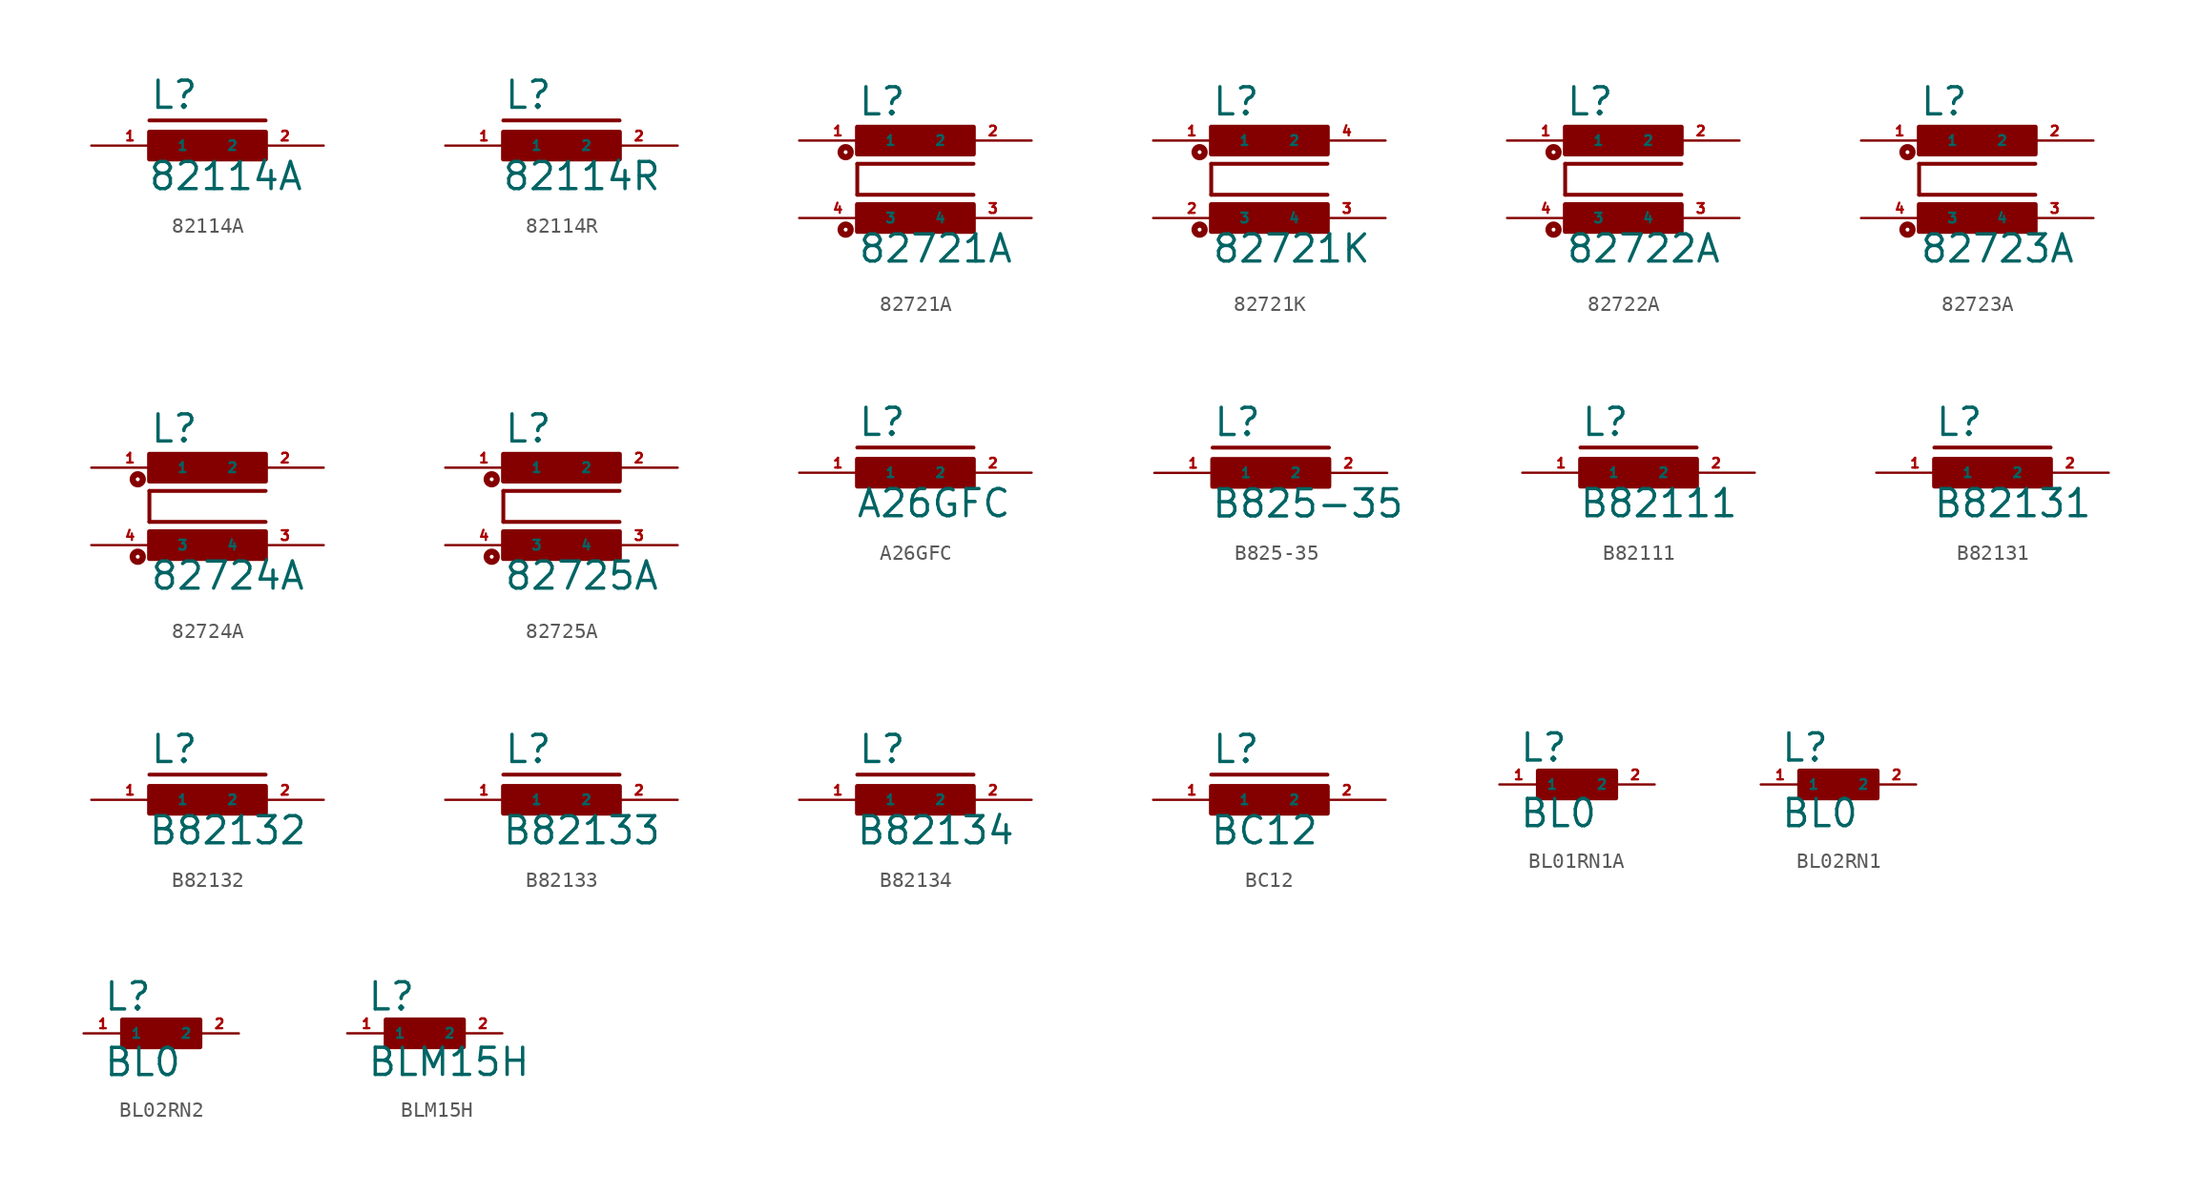
<source format=kicad_sym>
(kicad_symbol_lib
  (version 20220914)
  (generator kicad_symbol_editor)
  (symbol "82114A"
    (property "Reference" "L"
      (at -3.81 2.286 0)
      (effects (font (size 1.778 1.778) (thickness 0.22)) (justify left bottom)))
    (property "Value" "82114A"
      (at -3.937 -3.048 0)
      (effects (font (size 1.778 1.778) (thickness 0.22)) (justify left bottom)))
    (symbol "82114A_1_1"
      (rectangle (start -3.81 -0.889) (end 3.81 0.889) (stroke (width 0.3) (type default)) (fill (type outline)))
      (polyline (pts (xy -3.81 1.651) (xy 3.81 1.651)) (stroke (width 0.254) (type default)) (fill (type none)))
      (pin passive line (at -7.62 0 0) (length 5.08) (name "1" (effects (font (size 0.635 0.635)))) (number "1" (effects (font (size 0.635 0.635)))))
      (pin passive line (at 7.62 0 180) (length 5.08) (name "2" (effects (font (size 0.635 0.635)))) (number "2" (effects (font (size 0.635 0.635)))))))
  (symbol "82114R"
    (property "Reference" "L"
      (at -3.81 2.286 0)
      (effects (font (size 1.778 1.778) (thickness 0.22)) (justify left bottom)))
    (property "Value" "82114R"
      (at -3.937 -3.048 0)
      (effects (font (size 1.778 1.778) (thickness 0.22)) (justify left bottom)))
    (symbol "82114R_1_1"
      (rectangle (start -3.81 -0.889) (end 3.81 0.889) (stroke (width 0.3) (type default)) (fill (type outline)))
      (polyline (pts (xy -3.81 1.651) (xy 3.81 1.651)) (stroke (width 0.254) (type default)) (fill (type none)))
      (pin passive line (at -7.62 0 0) (length 5.08) (name "1" (effects (font (size 0.635 0.635)))) (number "1" (effects (font (size 0.635 0.635)))))
      (pin passive line (at 7.62 0 180) (length 5.08) (name "2" (effects (font (size 0.635 0.635)))) (number "2" (effects (font (size 0.635 0.635)))))))
  (symbol "82721A"
    (property "Reference" "L"
      (at -3.81 4.064 0)
      (effects (font (size 1.778 1.778) (thickness 0.22)) (justify left bottom)))
    (property "Value" "82721A"
      (at -3.81 -5.588 0)
      (effects (font (size 1.778 1.778) (thickness 0.22)) (justify left bottom)))
    (symbol "82721A_1_1"
      (circle (center -4.572 -3.302) (radius 0.127) (stroke (width 0.406) (type default)) (fill (type none)))
      (circle (center -4.572 1.778) (radius 0.127) (stroke (width 0.406) (type default)) (fill (type none)))
      (rectangle (start -3.81 -3.429) (end 3.81 -1.651) (stroke (width 0.3) (type default)) (fill (type outline)))
      (rectangle (start -3.81 1.651) (end 3.81 3.429) (stroke (width 0.3) (type default)) (fill (type outline)))
      (polyline (pts (xy -3.81 -1.016) (xy -3.81 1.016)) (stroke (width 0.254) (type default)) (fill (type none)))
      (polyline (pts (xy -3.81 -1.016) (xy 3.81 -1.016)) (stroke (width 0.254) (type default)) (fill (type none)))
      (polyline (pts (xy 3.81 1.016) (xy -3.81 1.016)) (stroke (width 0.254) (type default)) (fill (type none)))
      (pin passive line (at -7.62 2.54 0) (length 5.08) (name "1" (effects (font (size 0.635 0.635)))) (number "1" (effects (font (size 0.635 0.635)))))
      (pin passive line (at 7.62 2.54 180) (length 5.08) (name "2" (effects (font (size 0.635 0.635)))) (number "2" (effects (font (size 0.635 0.635)))))
      (pin passive line (at 7.62 -2.54 180) (length 5.08) (name "4" (effects (font (size 0.635 0.635)))) (number "3" (effects (font (size 0.635 0.635)))))
      (pin passive line (at -7.62 -2.54 0) (length 5.08) (name "3" (effects (font (size 0.635 0.635)))) (number "4" (effects (font (size 0.635 0.635)))))))
  (symbol "82721K"
    (property "Reference" "L"
      (at -3.81 4.064 0)
      (effects (font (size 1.778 1.778) (thickness 0.22)) (justify left bottom)))
    (property "Value" "82721K"
      (at -3.81 -5.588 0)
      (effects (font (size 1.778 1.778) (thickness 0.22)) (justify left bottom)))
    (symbol "82721K_1_1"
      (circle (center -4.572 -3.302) (radius 0.127) (stroke (width 0.406) (type default)) (fill (type none)))
      (circle (center -4.572 1.778) (radius 0.127) (stroke (width 0.406) (type default)) (fill (type none)))
      (rectangle (start -3.81 -3.429) (end 3.81 -1.651) (stroke (width 0.3) (type default)) (fill (type outline)))
      (rectangle (start -3.81 1.651) (end 3.81 3.429) (stroke (width 0.3) (type default)) (fill (type outline)))
      (polyline (pts (xy -3.81 -1.016) (xy -3.81 1.016)) (stroke (width 0.254) (type default)) (fill (type none)))
      (polyline (pts (xy -3.81 -1.016) (xy 3.81 -1.016)) (stroke (width 0.254) (type default)) (fill (type none)))
      (polyline (pts (xy 3.81 1.016) (xy -3.81 1.016)) (stroke (width 0.254) (type default)) (fill (type none)))
      (pin passive line (at -7.62 2.54 0) (length 5.08) (name "1" (effects (font (size 0.635 0.635)))) (number "1" (effects (font (size 0.635 0.635)))))
      (pin passive line (at -7.62 -2.54 0) (length 5.08) (name "3" (effects (font (size 0.635 0.635)))) (number "2" (effects (font (size 0.635 0.635)))))
      (pin passive line (at 7.62 -2.54 180) (length 5.08) (name "4" (effects (font (size 0.635 0.635)))) (number "3" (effects (font (size 0.635 0.635)))))
      (pin passive line (at 7.62 2.54 180) (length 5.08) (name "2" (effects (font (size 0.635 0.635)))) (number "4" (effects (font (size 0.635 0.635)))))))
  (symbol "82722A"
    (property "Reference" "L"
      (at -3.81 4.064 0)
      (effects (font (size 1.778 1.778) (thickness 0.22)) (justify left bottom)))
    (property "Value" "82722A"
      (at -3.81 -5.588 0)
      (effects (font (size 1.778 1.778) (thickness 0.22)) (justify left bottom)))
    (symbol "82722A_1_1"
      (circle (center -4.572 -3.302) (radius 0.127) (stroke (width 0.406) (type default)) (fill (type none)))
      (circle (center -4.572 1.778) (radius 0.127) (stroke (width 0.406) (type default)) (fill (type none)))
      (rectangle (start -3.81 -3.429) (end 3.81 -1.651) (stroke (width 0.3) (type default)) (fill (type outline)))
      (rectangle (start -3.81 1.651) (end 3.81 3.429) (stroke (width 0.3) (type default)) (fill (type outline)))
      (polyline (pts (xy -3.81 -1.016) (xy -3.81 1.016)) (stroke (width 0.254) (type default)) (fill (type none)))
      (polyline (pts (xy -3.81 -1.016) (xy 3.81 -1.016)) (stroke (width 0.254) (type default)) (fill (type none)))
      (polyline (pts (xy 3.81 1.016) (xy -3.81 1.016)) (stroke (width 0.254) (type default)) (fill (type none)))
      (pin passive line (at -7.62 2.54 0) (length 5.08) (name "1" (effects (font (size 0.635 0.635)))) (number "1" (effects (font (size 0.635 0.635)))))
      (pin passive line (at 7.62 2.54 180) (length 5.08) (name "2" (effects (font (size 0.635 0.635)))) (number "2" (effects (font (size 0.635 0.635)))))
      (pin passive line (at 7.62 -2.54 180) (length 5.08) (name "4" (effects (font (size 0.635 0.635)))) (number "3" (effects (font (size 0.635 0.635)))))
      (pin passive line (at -7.62 -2.54 0) (length 5.08) (name "3" (effects (font (size 0.635 0.635)))) (number "4" (effects (font (size 0.635 0.635)))))))
  (symbol "82723A"
    (property "Reference" "L"
      (at -3.81 4.064 0)
      (effects (font (size 1.778 1.778) (thickness 0.22)) (justify left bottom)))
    (property "Value" "82723A"
      (at -3.81 -5.588 0)
      (effects (font (size 1.778 1.778) (thickness 0.22)) (justify left bottom)))
    (symbol "82723A_1_1"
      (circle (center -4.572 -3.302) (radius 0.127) (stroke (width 0.406) (type default)) (fill (type none)))
      (circle (center -4.572 1.778) (radius 0.127) (stroke (width 0.406) (type default)) (fill (type none)))
      (rectangle (start -3.81 -3.429) (end 3.81 -1.651) (stroke (width 0.3) (type default)) (fill (type outline)))
      (rectangle (start -3.81 1.651) (end 3.81 3.429) (stroke (width 0.3) (type default)) (fill (type outline)))
      (polyline (pts (xy -3.81 -1.016) (xy -3.81 1.016)) (stroke (width 0.254) (type default)) (fill (type none)))
      (polyline (pts (xy -3.81 -1.016) (xy 3.81 -1.016)) (stroke (width 0.254) (type default)) (fill (type none)))
      (polyline (pts (xy 3.81 1.016) (xy -3.81 1.016)) (stroke (width 0.254) (type default)) (fill (type none)))
      (pin passive line (at -7.62 2.54 0) (length 5.08) (name "1" (effects (font (size 0.635 0.635)))) (number "1" (effects (font (size 0.635 0.635)))))
      (pin passive line (at 7.62 2.54 180) (length 5.08) (name "2" (effects (font (size 0.635 0.635)))) (number "2" (effects (font (size 0.635 0.635)))))
      (pin passive line (at 7.62 -2.54 180) (length 5.08) (name "4" (effects (font (size 0.635 0.635)))) (number "3" (effects (font (size 0.635 0.635)))))
      (pin passive line (at -7.62 -2.54 0) (length 5.08) (name "3" (effects (font (size 0.635 0.635)))) (number "4" (effects (font (size 0.635 0.635)))))))
  (symbol "82724A"
    (property "Reference" "L"
      (at -3.81 4.064 0)
      (effects (font (size 1.778 1.778) (thickness 0.22)) (justify left bottom)))
    (property "Value" "82724A"
      (at -3.81 -5.588 0)
      (effects (font (size 1.778 1.778) (thickness 0.22)) (justify left bottom)))
    (symbol "82724A_1_1"
      (circle (center -4.572 -3.302) (radius 0.127) (stroke (width 0.406) (type default)) (fill (type none)))
      (circle (center -4.572 1.778) (radius 0.127) (stroke (width 0.406) (type default)) (fill (type none)))
      (rectangle (start -3.81 -3.429) (end 3.81 -1.651) (stroke (width 0.3) (type default)) (fill (type outline)))
      (rectangle (start -3.81 1.651) (end 3.81 3.429) (stroke (width 0.3) (type default)) (fill (type outline)))
      (polyline (pts (xy -3.81 -1.016) (xy -3.81 1.016)) (stroke (width 0.254) (type default)) (fill (type none)))
      (polyline (pts (xy -3.81 -1.016) (xy 3.81 -1.016)) (stroke (width 0.254) (type default)) (fill (type none)))
      (polyline (pts (xy 3.81 1.016) (xy -3.81 1.016)) (stroke (width 0.254) (type default)) (fill (type none)))
      (pin passive line (at -7.62 2.54 0) (length 5.08) (name "1" (effects (font (size 0.635 0.635)))) (number "1" (effects (font (size 0.635 0.635)))))
      (pin passive line (at 7.62 2.54 180) (length 5.08) (name "2" (effects (font (size 0.635 0.635)))) (number "2" (effects (font (size 0.635 0.635)))))
      (pin passive line (at 7.62 -2.54 180) (length 5.08) (name "4" (effects (font (size 0.635 0.635)))) (number "3" (effects (font (size 0.635 0.635)))))
      (pin passive line (at -7.62 -2.54 0) (length 5.08) (name "3" (effects (font (size 0.635 0.635)))) (number "4" (effects (font (size 0.635 0.635)))))))
  (symbol "82725A"
    (property "Reference" "L"
      (at -3.81 4.064 0)
      (effects (font (size 1.778 1.778) (thickness 0.22)) (justify left bottom)))
    (property "Value" "82725A"
      (at -3.81 -5.588 0)
      (effects (font (size 1.778 1.778) (thickness 0.22)) (justify left bottom)))
    (symbol "82725A_1_1"
      (circle (center -4.572 -3.302) (radius 0.127) (stroke (width 0.406) (type default)) (fill (type none)))
      (circle (center -4.572 1.778) (radius 0.127) (stroke (width 0.406) (type default)) (fill (type none)))
      (rectangle (start -3.81 -3.429) (end 3.81 -1.651) (stroke (width 0.3) (type default)) (fill (type outline)))
      (rectangle (start -3.81 1.651) (end 3.81 3.429) (stroke (width 0.3) (type default)) (fill (type outline)))
      (polyline (pts (xy -3.81 -1.016) (xy -3.81 1.016)) (stroke (width 0.254) (type default)) (fill (type none)))
      (polyline (pts (xy -3.81 -1.016) (xy 3.81 -1.016)) (stroke (width 0.254) (type default)) (fill (type none)))
      (polyline (pts (xy 3.81 1.016) (xy -3.81 1.016)) (stroke (width 0.254) (type default)) (fill (type none)))
      (pin passive line (at -7.62 2.54 0) (length 5.08) (name "1" (effects (font (size 0.635 0.635)))) (number "1" (effects (font (size 0.635 0.635)))))
      (pin passive line (at 7.62 2.54 180) (length 5.08) (name "2" (effects (font (size 0.635 0.635)))) (number "2" (effects (font (size 0.635 0.635)))))
      (pin passive line (at 7.62 -2.54 180) (length 5.08) (name "4" (effects (font (size 0.635 0.635)))) (number "3" (effects (font (size 0.635 0.635)))))
      (pin passive line (at -7.62 -2.54 0) (length 5.08) (name "3" (effects (font (size 0.635 0.635)))) (number "4" (effects (font (size 0.635 0.635)))))))
  (symbol "A26GFC"
    (property "Reference" "L"
      (at -3.81 2.286 0)
      (effects (font (size 1.778 1.778) (thickness 0.22)) (justify left bottom)))
    (property "Value" "A26GFC"
      (at -3.937 -3.048 0)
      (effects (font (size 1.778 1.778) (thickness 0.22)) (justify left bottom)))
    (symbol "A26GFC_1_1"
      (rectangle (start -3.81 -0.889) (end 3.81 0.889) (stroke (width 0.3) (type default)) (fill (type outline)))
      (polyline (pts (xy -3.81 1.651) (xy 3.81 1.651)) (stroke (width 0.254) (type default)) (fill (type none)))
      (pin passive line (at -7.62 0 0) (length 5.08) (name "1" (effects (font (size 0.635 0.635)))) (number "1" (effects (font (size 0.635 0.635)))))
      (pin passive line (at 7.62 0 180) (length 5.08) (name "2" (effects (font (size 0.635 0.635)))) (number "2" (effects (font (size 0.635 0.635)))))))
  (symbol "B825-35"
    (property "Reference" "L"
      (at -3.81 2.286 0)
      (effects (font (size 1.778 1.778) (thickness 0.22)) (justify left bottom)))
    (property "Value" "B825-35"
      (at -3.937 -3.048 0)
      (effects (font (size 1.778 1.778) (thickness 0.22)) (justify left bottom)))
    (symbol "B825-35_1_1"
      (rectangle (start -3.81 -0.889) (end 3.81 0.889) (stroke (width 0.3) (type default)) (fill (type outline)))
      (polyline (pts (xy -3.81 1.651) (xy 3.81 1.651)) (stroke (width 0.254) (type default)) (fill (type none)))
      (pin passive line (at -7.62 0 0) (length 5.08) (name "1" (effects (font (size 0.635 0.635)))) (number "1" (effects (font (size 0.635 0.635)))))
      (pin passive line (at 7.62 0 180) (length 5.08) (name "2" (effects (font (size 0.635 0.635)))) (number "2" (effects (font (size 0.635 0.635)))))))
  (symbol "B82111"
    (property "Reference" "L"
      (at -3.81 2.286 0)
      (effects (font (size 1.778 1.778) (thickness 0.22)) (justify left bottom)))
    (property "Value" "B82111"
      (at -3.937 -3.048 0)
      (effects (font (size 1.778 1.778) (thickness 0.22)) (justify left bottom)))
    (symbol "B82111_1_1"
      (rectangle (start -3.81 -0.889) (end 3.81 0.889) (stroke (width 0.3) (type default)) (fill (type outline)))
      (polyline (pts (xy -3.81 1.651) (xy 3.81 1.651)) (stroke (width 0.254) (type default)) (fill (type none)))
      (pin passive line (at -7.62 0 0) (length 5.08) (name "1" (effects (font (size 0.635 0.635)))) (number "1" (effects (font (size 0.635 0.635)))))
      (pin passive line (at 7.62 0 180) (length 5.08) (name "2" (effects (font (size 0.635 0.635)))) (number "2" (effects (font (size 0.635 0.635)))))))
  (symbol "B82131"
    (property "Reference" "L"
      (at -3.81 2.286 0)
      (effects (font (size 1.778 1.778) (thickness 0.22)) (justify left bottom)))
    (property "Value" "B82131"
      (at -3.937 -3.048 0)
      (effects (font (size 1.778 1.778) (thickness 0.22)) (justify left bottom)))
    (symbol "B82131_1_1"
      (rectangle (start -3.81 -0.889) (end 3.81 0.889) (stroke (width 0.3) (type default)) (fill (type outline)))
      (polyline (pts (xy -3.81 1.651) (xy 3.81 1.651)) (stroke (width 0.254) (type default)) (fill (type none)))
      (pin passive line (at -7.62 0 0) (length 5.08) (name "1" (effects (font (size 0.635 0.635)))) (number "1" (effects (font (size 0.635 0.635)))))
      (pin passive line (at 7.62 0 180) (length 5.08) (name "2" (effects (font (size 0.635 0.635)))) (number "2" (effects (font (size 0.635 0.635)))))))
  (symbol "B82132"
    (property "Reference" "L"
      (at -3.81 2.286 0)
      (effects (font (size 1.778 1.778) (thickness 0.22)) (justify left bottom)))
    (property "Value" "B82132"
      (at -3.937 -3.048 0)
      (effects (font (size 1.778 1.778) (thickness 0.22)) (justify left bottom)))
    (symbol "B82132_1_1"
      (rectangle (start -3.81 -0.889) (end 3.81 0.889) (stroke (width 0.3) (type default)) (fill (type outline)))
      (polyline (pts (xy -3.81 1.651) (xy 3.81 1.651)) (stroke (width 0.254) (type default)) (fill (type none)))
      (pin passive line (at -7.62 0 0) (length 5.08) (name "1" (effects (font (size 0.635 0.635)))) (number "1" (effects (font (size 0.635 0.635)))))
      (pin passive line (at 7.62 0 180) (length 5.08) (name "2" (effects (font (size 0.635 0.635)))) (number "2" (effects (font (size 0.635 0.635)))))))
  (symbol "B82133"
    (property "Reference" "L"
      (at -3.81 2.286 0)
      (effects (font (size 1.778 1.778) (thickness 0.22)) (justify left bottom)))
    (property "Value" "B82133"
      (at -3.937 -3.048 0)
      (effects (font (size 1.778 1.778) (thickness 0.22)) (justify left bottom)))
    (symbol "B82133_1_1"
      (rectangle (start -3.81 -0.889) (end 3.81 0.889) (stroke (width 0.3) (type default)) (fill (type outline)))
      (polyline (pts (xy -3.81 1.651) (xy 3.81 1.651)) (stroke (width 0.254) (type default)) (fill (type none)))
      (pin passive line (at -7.62 0 0) (length 5.08) (name "1" (effects (font (size 0.635 0.635)))) (number "1" (effects (font (size 0.635 0.635)))))
      (pin passive line (at 7.62 0 180) (length 5.08) (name "2" (effects (font (size 0.635 0.635)))) (number "2" (effects (font (size 0.635 0.635)))))))
  (symbol "B82134"
    (property "Reference" "L"
      (at -3.81 2.286 0)
      (effects (font (size 1.778 1.778) (thickness 0.22)) (justify left bottom)))
    (property "Value" "B82134"
      (at -3.937 -3.048 0)
      (effects (font (size 1.778 1.778) (thickness 0.22)) (justify left bottom)))
    (symbol "B82134_1_1"
      (rectangle (start -3.81 -0.889) (end 3.81 0.889) (stroke (width 0.3) (type default)) (fill (type outline)))
      (polyline (pts (xy -3.81 1.651) (xy 3.81 1.651)) (stroke (width 0.254) (type default)) (fill (type none)))
      (pin passive line (at -7.62 0 0) (length 5.08) (name "1" (effects (font (size 0.635 0.635)))) (number "1" (effects (font (size 0.635 0.635)))))
      (pin passive line (at 7.62 0 180) (length 5.08) (name "2" (effects (font (size 0.635 0.635)))) (number "2" (effects (font (size 0.635 0.635)))))))
  (symbol "BC12"
    (property "Reference" "L"
      (at -3.81 2.286 0)
      (effects (font (size 1.778 1.778) (thickness 0.22)) (justify left bottom)))
    (property "Value" "BC12"
      (at -3.937 -3.048 0)
      (effects (font (size 1.778 1.778) (thickness 0.22)) (justify left bottom)))
    (symbol "BC12_1_1"
      (rectangle (start -3.81 -0.889) (end 3.81 0.889) (stroke (width 0.3) (type default)) (fill (type outline)))
      (polyline (pts (xy -3.81 1.651) (xy 3.81 1.651)) (stroke (width 0.254) (type default)) (fill (type none)))
      (pin passive line (at -7.62 0 0) (length 5.08) (name "1" (effects (font (size 0.635 0.635)))) (number "1" (effects (font (size 0.635 0.635)))))
      (pin passive line (at 7.62 0 180) (length 5.08) (name "2" (effects (font (size 0.635 0.635)))) (number "2" (effects (font (size 0.635 0.635)))))))
  (symbol "BL01RN1A"
    (property "Reference" "L"
      (at -3.81 1.372 0)
      (effects (font (size 1.778 1.778) (thickness 0.22)) (justify left bottom)))
    (property "Value" "BL0"
      (at -3.81 -2.921 0)
      (effects (font (size 1.778 1.778) (thickness 0.22)) (justify left bottom)))
    (symbol "BL01RN1A_1_1"
      (rectangle (start -2.54 -0.889) (end 2.54 0.889) (stroke (width 0.3) (type default)) (fill (type outline)))
      (pin passive line (at -5.08 0 0) (length 2.54) (name "1" (effects (font (size 0.635 0.635)))) (number "1" (effects (font (size 0.635 0.635)))))
      (pin passive line (at 5.08 0 180) (length 2.54) (name "2" (effects (font (size 0.635 0.635)))) (number "2" (effects (font (size 0.635 0.635)))))))
  (symbol "BL02RN1"
    (property "Reference" "L"
      (at -3.81 1.372 0)
      (effects (font (size 1.778 1.778) (thickness 0.22)) (justify left bottom)))
    (property "Value" "BL0"
      (at -3.81 -2.921 0)
      (effects (font (size 1.778 1.778) (thickness 0.22)) (justify left bottom)))
    (symbol "BL02RN1_1_1"
      (rectangle (start -2.54 -0.889) (end 2.54 0.889) (stroke (width 0.3) (type default)) (fill (type outline)))
      (pin passive line (at -5.08 0 0) (length 2.54) (name "1" (effects (font (size 0.635 0.635)))) (number "1" (effects (font (size 0.635 0.635)))))
      (pin passive line (at 5.08 0 180) (length 2.54) (name "2" (effects (font (size 0.635 0.635)))) (number "2" (effects (font (size 0.635 0.635)))))))
  (symbol "BL02RN2"
    (property "Reference" "L"
      (at -3.81 1.372 0)
      (effects (font (size 1.778 1.778) (thickness 0.22)) (justify left bottom)))
    (property "Value" "BL0"
      (at -3.81 -2.921 0)
      (effects (font (size 1.778 1.778) (thickness 0.22)) (justify left bottom)))
    (symbol "BL02RN2_1_1"
      (rectangle (start -2.54 -0.889) (end 2.54 0.889) (stroke (width 0.3) (type default)) (fill (type outline)))
      (pin passive line (at -5.08 0 0) (length 2.54) (name "1" (effects (font (size 0.635 0.635)))) (number "1" (effects (font (size 0.635 0.635)))))
      (pin passive line (at 5.08 0 180) (length 2.54) (name "2" (effects (font (size 0.635 0.635)))) (number "2" (effects (font (size 0.635 0.635)))))))
  (symbol "BLM15H"
    (property "Reference" "L"
      (at -3.81 1.372 0)
      (effects (font (size 1.778 1.778) (thickness 0.22)) (justify left bottom)))
    (property "Value" "BLM15H"
      (at -3.81 -2.921 0)
      (effects (font (size 1.778 1.778) (thickness 0.22)) (justify left bottom)))
    (symbol "BLM15H_1_1"
      (rectangle (start -2.54 -0.889) (end 2.54 0.889) (stroke (width 0.3) (type default)) (fill (type outline)))
      (pin passive line (at -5.08 0 0) (length 2.54) (name "1" (effects (font (size 0.635 0.635)))) (number "1" (effects (font (size 0.635 0.635)))))
      (pin passive line (at 5.08 0 180) (length 2.54) (name "2" (effects (font (size 0.635 0.635)))) (number "2" (effects (font (size 0.635 0.635))))))))
</source>
